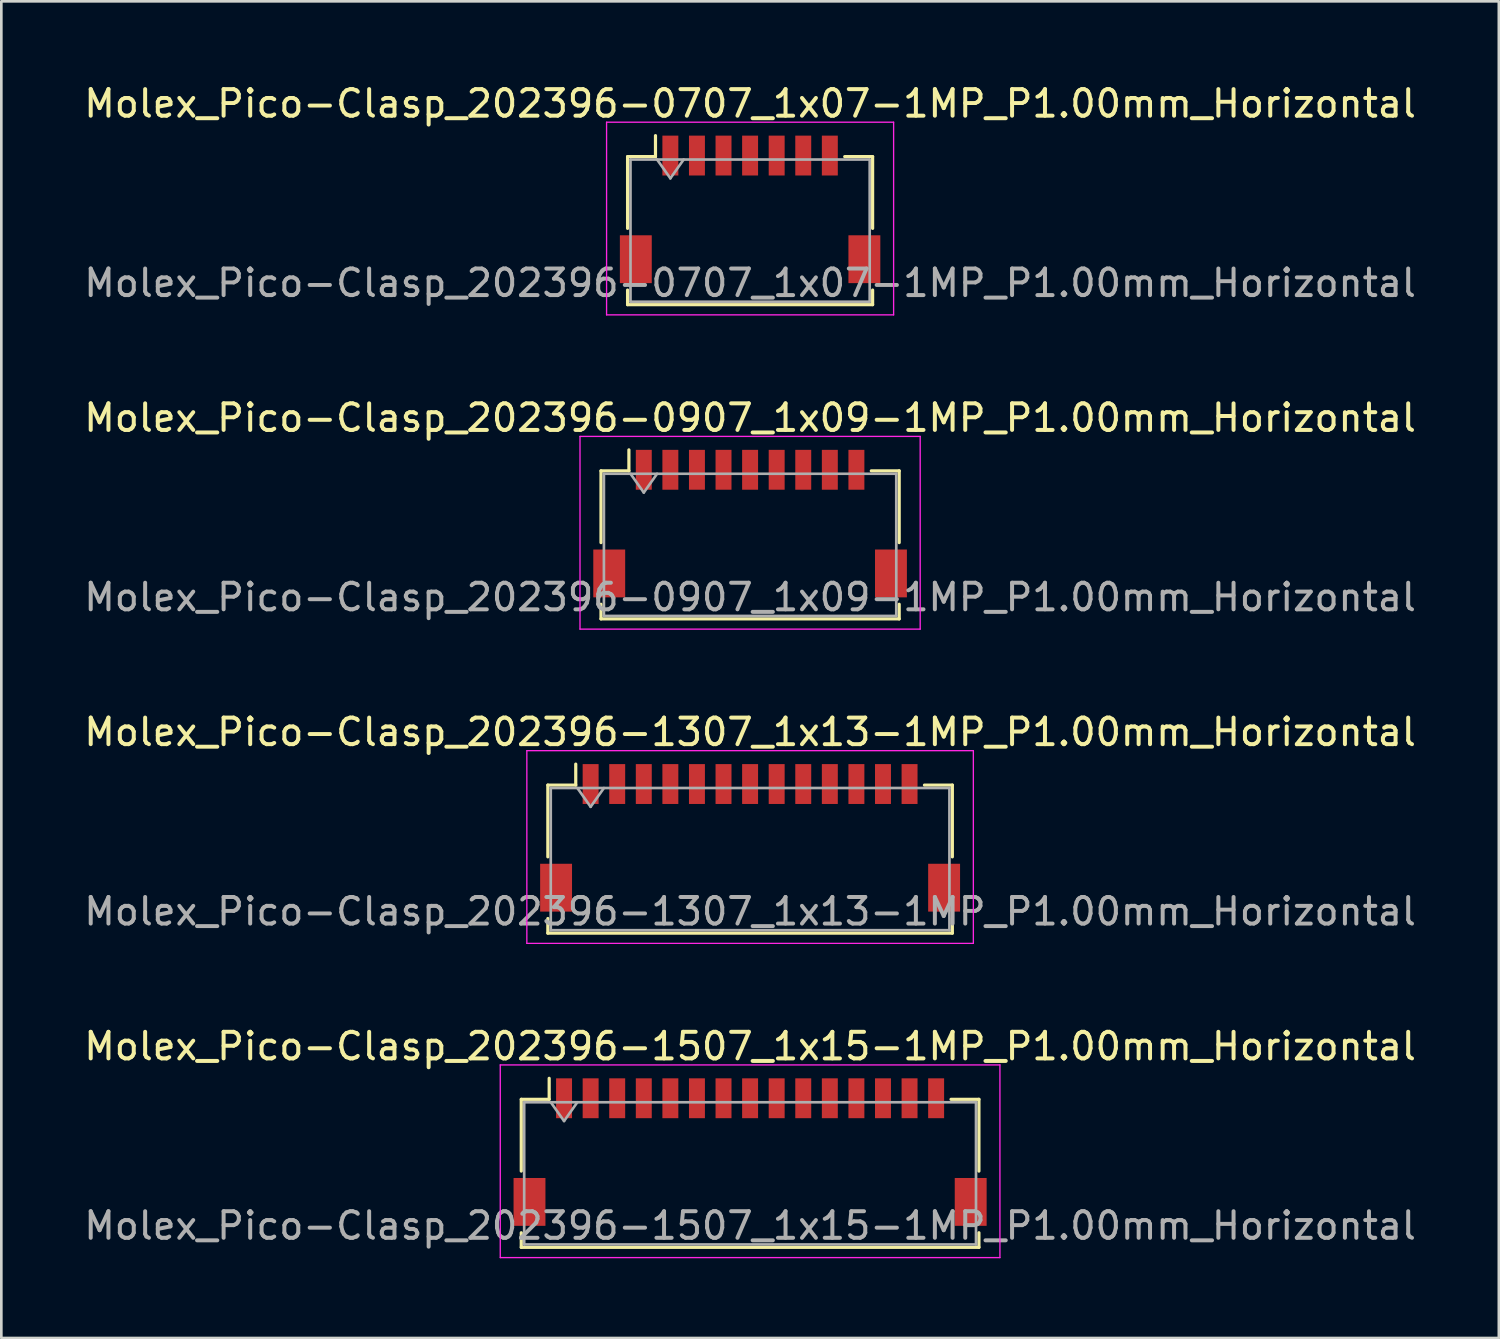
<source format=kicad_pcb>
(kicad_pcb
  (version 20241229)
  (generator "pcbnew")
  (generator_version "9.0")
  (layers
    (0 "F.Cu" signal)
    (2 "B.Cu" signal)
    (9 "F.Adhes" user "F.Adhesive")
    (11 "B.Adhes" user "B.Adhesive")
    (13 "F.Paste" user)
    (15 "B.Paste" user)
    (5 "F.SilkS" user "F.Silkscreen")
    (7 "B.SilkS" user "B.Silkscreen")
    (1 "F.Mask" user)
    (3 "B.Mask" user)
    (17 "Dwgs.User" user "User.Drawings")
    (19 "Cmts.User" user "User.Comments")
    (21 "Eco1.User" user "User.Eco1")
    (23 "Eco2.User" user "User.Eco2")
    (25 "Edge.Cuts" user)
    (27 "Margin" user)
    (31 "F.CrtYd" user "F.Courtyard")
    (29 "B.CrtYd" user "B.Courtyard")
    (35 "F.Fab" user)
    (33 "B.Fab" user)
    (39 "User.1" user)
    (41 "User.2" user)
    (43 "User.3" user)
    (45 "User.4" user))
  (footprint "Molex_Pico-Clasp_202396-1507_1x15-1MP_P1.00mm_Horizontal"
    (layer "F.Cu")
    (at 25.173 40.298)
    (property "Reference" "Molex_Pico-Clasp_202396-1507_1x15-1MP_P1.00mm_Horizontal" (at 0 -3.98 0) (layer "F.SilkS") (effects (font (size 1 1) (thickness 0.15))))
    (attr smd)
    (fp_line (start -8.61 -1.985) (end -7.56 -1.985) (stroke (width 0.12) (type solid)) (layer "F.SilkS"))
    (fp_line (start -8.61 0.715) (end -8.61 -1.985) (stroke (width 0.12) (type solid)) (layer "F.SilkS"))
    (fp_line (start -8.61 3.035) (end -8.61 3.585) (stroke (width 0.12) (type solid)) (layer "F.SilkS"))
    (fp_line (start -8.61 3.585) (end 8.61 3.585) (stroke (width 0.12) (type solid)) (layer "F.SilkS"))
    (fp_line (start -7.56 -1.985) (end -7.56 -2.775) (stroke (width 0.12) (type solid)) (layer "F.SilkS"))
    (fp_line (start 8.61 -1.985) (end 7.56 -1.985) (stroke (width 0.12) (type solid)) (layer "F.SilkS"))
    (fp_line (start 8.61 0.715) (end 8.61 -1.985) (stroke (width 0.12) (type solid)) (layer "F.SilkS"))
    (fp_line (start 8.61 3.585) (end 8.61 3.035) (stroke (width 0.12) (type solid)) (layer "F.SilkS"))
    (fp_line (start -9.4 -3.28) (end -9.4 3.97) (stroke (width 0.05) (type solid)) (layer "F.CrtYd"))
    (fp_line (start -9.4 3.97) (end 9.4 3.97) (stroke (width 0.05) (type solid)) (layer "F.CrtYd"))
    (fp_line (start 9.4 -3.28) (end -9.4 -3.28) (stroke (width 0.05) (type solid)) (layer "F.CrtYd"))
    (fp_line (start 9.4 3.97) (end 9.4 -3.28) (stroke (width 0.05) (type solid)) (layer "F.CrtYd"))
    (fp_line (start -8.5 -1.875) (end -8.5 3.475) (stroke (width 0.1) (type solid)) (layer "F.Fab"))
    (fp_line (start -8.5 -1.875) (end 8.5 -1.875) (stroke (width 0.1) (type solid)) (layer "F.Fab"))
    (fp_line (start -8.5 3.475) (end 8.5 3.475) (stroke (width 0.1) (type solid)) (layer "F.Fab"))
    (fp_line (start -7.5 -1.875) (end -7 -1.168) (stroke (width 0.1) (type solid)) (layer "F.Fab"))
    (fp_line (start -7 -1.168) (end -6.5 -1.875) (stroke (width 0.1) (type solid)) (layer "F.Fab"))
    (fp_line (start 8.5 -1.875) (end 8.5 3.475) (stroke (width 0.1) (type solid)) (layer "F.Fab"))
    (fp_text user "${REFERENCE}" (at 0 2.77 0) (layer "F.Fab") (effects (font (size 1 1) (thickness 0.15))))
    (pad "1" smd rect (at -7 -2.025) (size 0.6 1.5) (layers "F.Cu" "F.Mask" "F.Paste"))
    (pad "2" smd rect (at -6 -2.025) (size 0.6 1.5) (layers "F.Cu" "F.Mask" "F.Paste"))
    (pad "3" smd rect (at -5 -2.025) (size 0.6 1.5) (layers "F.Cu" "F.Mask" "F.Paste"))
    (pad "4" smd rect (at -4 -2.025) (size 0.6 1.5) (layers "F.Cu" "F.Mask" "F.Paste"))
    (pad "5" smd rect (at -3 -2.025) (size 0.6 1.5) (layers "F.Cu" "F.Mask" "F.Paste"))
    (pad "6" smd rect (at -2 -2.025) (size 0.6 1.5) (layers "F.Cu" "F.Mask" "F.Paste"))
    (pad "7" smd rect (at -1 -2.025) (size 0.6 1.5) (layers "F.Cu" "F.Mask" "F.Paste"))
    (pad "8" smd rect (at 0 -2.025) (size 0.6 1.5) (layers "F.Cu" "F.Mask" "F.Paste"))
    (pad "9" smd rect (at 1 -2.025) (size 0.6 1.5) (layers "F.Cu" "F.Mask" "F.Paste"))
    (pad "10" smd rect (at 2 -2.025) (size 0.6 1.5) (layers "F.Cu" "F.Mask" "F.Paste"))
    (pad "11" smd rect (at 3 -2.025) (size 0.6 1.5) (layers "F.Cu" "F.Mask" "F.Paste"))
    (pad "12" smd rect (at 4 -2.025) (size 0.6 1.5) (layers "F.Cu" "F.Mask" "F.Paste"))
    (pad "13" smd rect (at 5 -2.025) (size 0.6 1.5) (layers "F.Cu" "F.Mask" "F.Paste"))
    (pad "14" smd rect (at 6 -2.025) (size 0.6 1.5) (layers "F.Cu" "F.Mask" "F.Paste"))
    (pad "15" smd rect (at 7 -2.025) (size 0.6 1.5) (layers "F.Cu" "F.Mask" "F.Paste"))
    (pad "MP" smd rect (at -8.3 1.875) (size 1.2 1.8) (layers "F.Cu" "F.Mask" "F.Paste"))
    (pad "MP" smd rect (at 8.3 1.875) (size 1.2 1.8) (layers "F.Cu" "F.Mask" "F.Paste")))
  (footprint "Molex_Pico-Clasp_202396-0907_1x09-1MP_P1.00mm_Horizontal"
    (layer "F.Cu")
    (at 25.173 16.651)
    (property "Reference" "Molex_Pico-Clasp_202396-0907_1x09-1MP_P1.00mm_Horizontal" (at 0 -3.98 0) (layer "F.SilkS") (effects (font (size 1 1) (thickness 0.15))))
    (attr smd)
    (fp_line (start -5.61 -1.985) (end -4.56 -1.985) (stroke (width 0.12) (type solid)) (layer "F.SilkS"))
    (fp_line (start -5.61 0.715) (end -5.61 -1.985) (stroke (width 0.12) (type solid)) (layer "F.SilkS"))
    (fp_line (start -5.61 3.035) (end -5.61 3.585) (stroke (width 0.12) (type solid)) (layer "F.SilkS"))
    (fp_line (start -5.61 3.585) (end 5.61 3.585) (stroke (width 0.12) (type solid)) (layer "F.SilkS"))
    (fp_line (start -4.56 -1.985) (end -4.56 -2.775) (stroke (width 0.12) (type solid)) (layer "F.SilkS"))
    (fp_line (start 5.61 -1.985) (end 4.56 -1.985) (stroke (width 0.12) (type solid)) (layer "F.SilkS"))
    (fp_line (start 5.61 0.715) (end 5.61 -1.985) (stroke (width 0.12) (type solid)) (layer "F.SilkS"))
    (fp_line (start 5.61 3.585) (end 5.61 3.035) (stroke (width 0.12) (type solid)) (layer "F.SilkS"))
    (fp_line (start -6.4 -3.28) (end -6.4 3.97) (stroke (width 0.05) (type solid)) (layer "F.CrtYd"))
    (fp_line (start -6.4 3.97) (end 6.4 3.97) (stroke (width 0.05) (type solid)) (layer "F.CrtYd"))
    (fp_line (start 6.4 -3.28) (end -6.4 -3.28) (stroke (width 0.05) (type solid)) (layer "F.CrtYd"))
    (fp_line (start 6.4 3.97) (end 6.4 -3.28) (stroke (width 0.05) (type solid)) (layer "F.CrtYd"))
    (fp_line (start -5.5 -1.875) (end -5.5 3.475) (stroke (width 0.1) (type solid)) (layer "F.Fab"))
    (fp_line (start -5.5 -1.875) (end 5.5 -1.875) (stroke (width 0.1) (type solid)) (layer "F.Fab"))
    (fp_line (start -5.5 3.475) (end 5.5 3.475) (stroke (width 0.1) (type solid)) (layer "F.Fab"))
    (fp_line (start -4.5 -1.875) (end -4 -1.168) (stroke (width 0.1) (type solid)) (layer "F.Fab"))
    (fp_line (start -4 -1.168) (end -3.5 -1.875) (stroke (width 0.1) (type solid)) (layer "F.Fab"))
    (fp_line (start 5.5 -1.875) (end 5.5 3.475) (stroke (width 0.1) (type solid)) (layer "F.Fab"))
    (fp_text user "${REFERENCE}" (at 0 2.77 0) (layer "F.Fab") (effects (font (size 1 1) (thickness 0.15))))
    (pad "1" smd rect (at -4 -2.025) (size 0.6 1.5) (layers "F.Cu" "F.Mask" "F.Paste"))
    (pad "2" smd rect (at -3 -2.025) (size 0.6 1.5) (layers "F.Cu" "F.Mask" "F.Paste"))
    (pad "3" smd rect (at -2 -2.025) (size 0.6 1.5) (layers "F.Cu" "F.Mask" "F.Paste"))
    (pad "4" smd rect (at -1 -2.025) (size 0.6 1.5) (layers "F.Cu" "F.Mask" "F.Paste"))
    (pad "5" smd rect (at 0 -2.025) (size 0.6 1.5) (layers "F.Cu" "F.Mask" "F.Paste"))
    (pad "6" smd rect (at 1 -2.025) (size 0.6 1.5) (layers "F.Cu" "F.Mask" "F.Paste"))
    (pad "7" smd rect (at 2 -2.025) (size 0.6 1.5) (layers "F.Cu" "F.Mask" "F.Paste"))
    (pad "8" smd rect (at 3 -2.025) (size 0.6 1.5) (layers "F.Cu" "F.Mask" "F.Paste"))
    (pad "9" smd rect (at 4 -2.025) (size 0.6 1.5) (layers "F.Cu" "F.Mask" "F.Paste"))
    (pad "MP" smd rect (at -5.3 1.875) (size 1.2 1.8) (layers "F.Cu" "F.Mask" "F.Paste"))
    (pad "MP" smd rect (at 5.3 1.875) (size 1.2 1.8) (layers "F.Cu" "F.Mask" "F.Paste")))
  (footprint "Molex_Pico-Clasp_202396-0707_1x07-1MP_P1.00mm_Horizontal"
    (layer "F.Cu")
    (at 25.173 4.828)
    (property "Reference" "Molex_Pico-Clasp_202396-0707_1x07-1MP_P1.00mm_Horizontal" (at 0 -3.98 0) (layer "F.SilkS") (effects (font (size 1 1) (thickness 0.15))))
    (attr smd)
    (fp_line (start -4.61 -1.985) (end -3.56 -1.985) (stroke (width 0.12) (type solid)) (layer "F.SilkS"))
    (fp_line (start -4.61 0.715) (end -4.61 -1.985) (stroke (width 0.12) (type solid)) (layer "F.SilkS"))
    (fp_line (start -4.61 3.035) (end -4.61 3.585) (stroke (width 0.12) (type solid)) (layer "F.SilkS"))
    (fp_line (start -4.61 3.585) (end 4.61 3.585) (stroke (width 0.12) (type solid)) (layer "F.SilkS"))
    (fp_line (start -3.56 -1.985) (end -3.56 -2.775) (stroke (width 0.12) (type solid)) (layer "F.SilkS"))
    (fp_line (start 4.61 -1.985) (end 3.56 -1.985) (stroke (width 0.12) (type solid)) (layer "F.SilkS"))
    (fp_line (start 4.61 0.715) (end 4.61 -1.985) (stroke (width 0.12) (type solid)) (layer "F.SilkS"))
    (fp_line (start 4.61 3.585) (end 4.61 3.035) (stroke (width 0.12) (type solid)) (layer "F.SilkS"))
    (fp_line (start -5.4 -3.28) (end -5.4 3.97) (stroke (width 0.05) (type solid)) (layer "F.CrtYd"))
    (fp_line (start -5.4 3.97) (end 5.4 3.97) (stroke (width 0.05) (type solid)) (layer "F.CrtYd"))
    (fp_line (start 5.4 -3.28) (end -5.4 -3.28) (stroke (width 0.05) (type solid)) (layer "F.CrtYd"))
    (fp_line (start 5.4 3.97) (end 5.4 -3.28) (stroke (width 0.05) (type solid)) (layer "F.CrtYd"))
    (fp_line (start -4.5 -1.875) (end -4.5 3.475) (stroke (width 0.1) (type solid)) (layer "F.Fab"))
    (fp_line (start -4.5 -1.875) (end 4.5 -1.875) (stroke (width 0.1) (type solid)) (layer "F.Fab"))
    (fp_line (start -4.5 3.475) (end 4.5 3.475) (stroke (width 0.1) (type solid)) (layer "F.Fab"))
    (fp_line (start -3.5 -1.875) (end -3 -1.168) (stroke (width 0.1) (type solid)) (layer "F.Fab"))
    (fp_line (start -3 -1.168) (end -2.5 -1.875) (stroke (width 0.1) (type solid)) (layer "F.Fab"))
    (fp_line (start 4.5 -1.875) (end 4.5 3.475) (stroke (width 0.1) (type solid)) (layer "F.Fab"))
    (fp_text user "${REFERENCE}" (at 0 2.77 0) (layer "F.Fab") (effects (font (size 1 1) (thickness 0.15))))
    (pad "1" smd rect (at -3 -2.025) (size 0.6 1.5) (layers "F.Cu" "F.Mask" "F.Paste"))
    (pad "2" smd rect (at -2 -2.025) (size 0.6 1.5) (layers "F.Cu" "F.Mask" "F.Paste"))
    (pad "3" smd rect (at -1 -2.025) (size 0.6 1.5) (layers "F.Cu" "F.Mask" "F.Paste"))
    (pad "4" smd rect (at 0 -2.025) (size 0.6 1.5) (layers "F.Cu" "F.Mask" "F.Paste"))
    (pad "5" smd rect (at 1 -2.025) (size 0.6 1.5) (layers "F.Cu" "F.Mask" "F.Paste"))
    (pad "6" smd rect (at 2 -2.025) (size 0.6 1.5) (layers "F.Cu" "F.Mask" "F.Paste"))
    (pad "7" smd rect (at 3 -2.025) (size 0.6 1.5) (layers "F.Cu" "F.Mask" "F.Paste"))
    (pad "MP" smd rect (at -4.3 1.875) (size 1.2 1.8) (layers "F.Cu" "F.Mask" "F.Paste"))
    (pad "MP" smd rect (at 4.3 1.875) (size 1.2 1.8) (layers "F.Cu" "F.Mask" "F.Paste")))
  (footprint "Molex_Pico-Clasp_202396-1307_1x13-1MP_P1.00mm_Horizontal"
    (layer "F.Cu")
    (at 25.173 28.475)
    (property "Reference" "Molex_Pico-Clasp_202396-1307_1x13-1MP_P1.00mm_Horizontal" (at 0 -3.98 0) (layer "F.SilkS") (effects (font (size 1 1) (thickness 0.15))))
    (attr smd)
    (fp_line (start -7.61 -1.985) (end -6.56 -1.985) (stroke (width 0.12) (type solid)) (layer "F.SilkS"))
    (fp_line (start -7.61 0.715) (end -7.61 -1.985) (stroke (width 0.12) (type solid)) (layer "F.SilkS"))
    (fp_line (start -7.61 3.035) (end -7.61 3.585) (stroke (width 0.12) (type solid)) (layer "F.SilkS"))
    (fp_line (start -7.61 3.585) (end 7.61 3.585) (stroke (width 0.12) (type solid)) (layer "F.SilkS"))
    (fp_line (start -6.56 -1.985) (end -6.56 -2.775) (stroke (width 0.12) (type solid)) (layer "F.SilkS"))
    (fp_line (start 7.61 -1.985) (end 6.56 -1.985) (stroke (width 0.12) (type solid)) (layer "F.SilkS"))
    (fp_line (start 7.61 0.715) (end 7.61 -1.985) (stroke (width 0.12) (type solid)) (layer "F.SilkS"))
    (fp_line (start 7.61 3.585) (end 7.61 3.035) (stroke (width 0.12) (type solid)) (layer "F.SilkS"))
    (fp_line (start -8.4 -3.28) (end -8.4 3.97) (stroke (width 0.05) (type solid)) (layer "F.CrtYd"))
    (fp_line (start -8.4 3.97) (end 8.4 3.97) (stroke (width 0.05) (type solid)) (layer "F.CrtYd"))
    (fp_line (start 8.4 -3.28) (end -8.4 -3.28) (stroke (width 0.05) (type solid)) (layer "F.CrtYd"))
    (fp_line (start 8.4 3.97) (end 8.4 -3.28) (stroke (width 0.05) (type solid)) (layer "F.CrtYd"))
    (fp_line (start -7.5 -1.875) (end -7.5 3.475) (stroke (width 0.1) (type solid)) (layer "F.Fab"))
    (fp_line (start -7.5 -1.875) (end 7.5 -1.875) (stroke (width 0.1) (type solid)) (layer "F.Fab"))
    (fp_line (start -7.5 3.475) (end 7.5 3.475) (stroke (width 0.1) (type solid)) (layer "F.Fab"))
    (fp_line (start -6.5 -1.875) (end -6 -1.168) (stroke (width 0.1) (type solid)) (layer "F.Fab"))
    (fp_line (start -6 -1.168) (end -5.5 -1.875) (stroke (width 0.1) (type solid)) (layer "F.Fab"))
    (fp_line (start 7.5 -1.875) (end 7.5 3.475) (stroke (width 0.1) (type solid)) (layer "F.Fab"))
    (fp_text user "${REFERENCE}" (at 0 2.77 0) (layer "F.Fab") (effects (font (size 1 1) (thickness 0.15))))
    (pad "1" smd rect (at -6 -2.025) (size 0.6 1.5) (layers "F.Cu" "F.Mask" "F.Paste"))
    (pad "2" smd rect (at -5 -2.025) (size 0.6 1.5) (layers "F.Cu" "F.Mask" "F.Paste"))
    (pad "3" smd rect (at -4 -2.025) (size 0.6 1.5) (layers "F.Cu" "F.Mask" "F.Paste"))
    (pad "4" smd rect (at -3 -2.025) (size 0.6 1.5) (layers "F.Cu" "F.Mask" "F.Paste"))
    (pad "5" smd rect (at -2 -2.025) (size 0.6 1.5) (layers "F.Cu" "F.Mask" "F.Paste"))
    (pad "6" smd rect (at -1 -2.025) (size 0.6 1.5) (layers "F.Cu" "F.Mask" "F.Paste"))
    (pad "7" smd rect (at 0 -2.025) (size 0.6 1.5) (layers "F.Cu" "F.Mask" "F.Paste"))
    (pad "8" smd rect (at 1 -2.025) (size 0.6 1.5) (layers "F.Cu" "F.Mask" "F.Paste"))
    (pad "9" smd rect (at 2 -2.025) (size 0.6 1.5) (layers "F.Cu" "F.Mask" "F.Paste"))
    (pad "10" smd rect (at 3 -2.025) (size 0.6 1.5) (layers "F.Cu" "F.Mask" "F.Paste"))
    (pad "11" smd rect (at 4 -2.025) (size 0.6 1.5) (layers "F.Cu" "F.Mask" "F.Paste"))
    (pad "12" smd rect (at 5 -2.025) (size 0.6 1.5) (layers "F.Cu" "F.Mask" "F.Paste"))
    (pad "13" smd rect (at 6 -2.025) (size 0.6 1.5) (layers "F.Cu" "F.Mask" "F.Paste"))
    (pad "MP" smd rect (at -7.3 1.875) (size 1.2 1.8) (layers "F.Cu" "F.Mask" "F.Paste"))
    (pad "MP" smd rect (at 7.3 1.875) (size 1.2 1.8) (layers "F.Cu" "F.Mask" "F.Paste")))
  (gr_rect
    (start -3 -3)
    (end 53.345 47.293)
    (stroke (width 0.1) (type default))
    (fill no)
    (layer "Edge.Cuts")))
</source>
